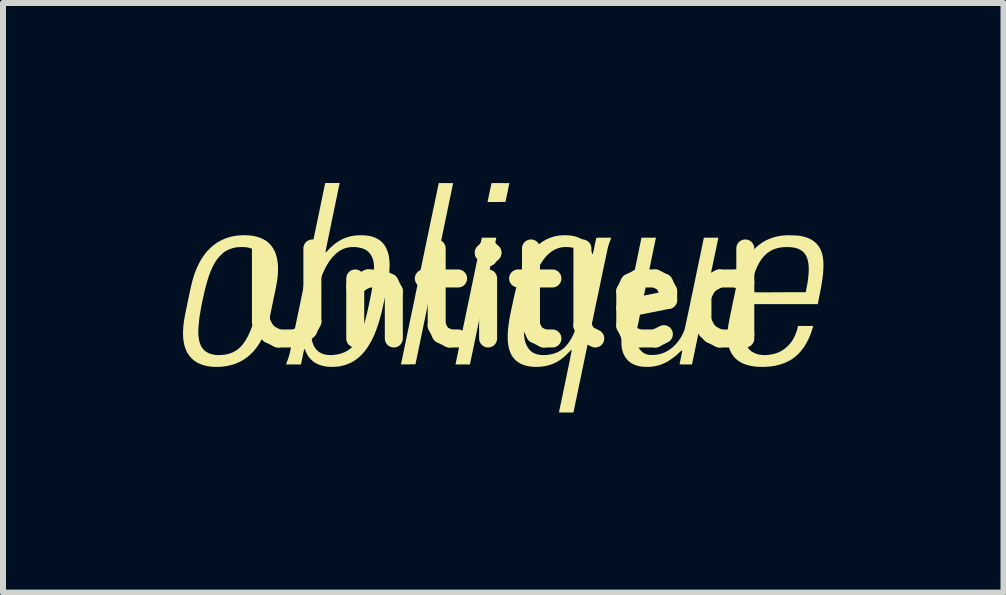
<source format=kicad_pcb>
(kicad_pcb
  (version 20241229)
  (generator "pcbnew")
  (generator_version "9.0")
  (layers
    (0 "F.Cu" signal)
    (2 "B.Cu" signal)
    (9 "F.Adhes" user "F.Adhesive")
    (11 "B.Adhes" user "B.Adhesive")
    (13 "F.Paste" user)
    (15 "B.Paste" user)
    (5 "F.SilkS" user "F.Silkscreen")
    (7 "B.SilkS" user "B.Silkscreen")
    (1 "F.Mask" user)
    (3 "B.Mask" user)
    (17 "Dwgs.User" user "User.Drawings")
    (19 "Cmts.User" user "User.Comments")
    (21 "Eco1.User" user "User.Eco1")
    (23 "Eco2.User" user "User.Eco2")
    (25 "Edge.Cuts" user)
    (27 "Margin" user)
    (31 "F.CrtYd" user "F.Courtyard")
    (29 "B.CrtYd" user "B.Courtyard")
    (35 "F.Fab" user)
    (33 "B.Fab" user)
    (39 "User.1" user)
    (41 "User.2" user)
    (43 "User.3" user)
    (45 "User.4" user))
  (footprint "Untitled"
    (layer "F.Cu")
    (at 5.334 1.912)
    (property "Reference" "Untitled" (at 0 0 0) (layer "F.SilkS") (effects (font (size 1.5 1.5) (thickness 0.3))))
    (attr board_only exclude_from_pos_files exclude_from_bom)
    (fp_poly (pts (xy -0.051 -1.911) (xy -0.043 -1.911) (xy 0.104 -1.91) (xy 0.072 -1.754) (xy 0.039 -1.597) (xy -0.11 -1.596) (xy -0.26 -1.595) (xy -0.249 -1.645) (xy -0.246 -1.662) (xy -0.241 -1.686) (xy -0.235 -1.713) (xy -0.229 -1.743) (xy -0.223 -1.774) (xy -0.217 -1.801) (xy -0.211 -1.828) (xy -0.206 -1.853) (xy -0.201 -1.875) (xy -0.198 -1.892) (xy -0.195 -1.904) (xy -0.193 -1.909) (xy -0.193 -1.909) (xy -0.189 -1.91) (xy -0.178 -1.911) (xy -0.161 -1.911) (xy -0.139 -1.911) (xy -0.113 -1.911) (xy -0.083 -1.912)) (stroke (width 0) (type solid)) (fill yes) (layer "F.SilkS"))
    (fp_poly (pts (xy -0.967 -1.911) (xy -0.952 -1.911) (xy -0.833 -1.91) (xy -1.147 -0.401) (xy -1.461 1.109) (xy -1.581 1.11) (xy -1.702 1.111) (xy -1.699 1.097) (xy -1.698 1.091) (xy -1.696 1.079) (xy -1.692 1.059) (xy -1.686 1.034) (xy -1.68 1.002) (xy -1.672 0.964) (xy -1.663 0.921) (xy -1.653 0.872) (xy -1.642 0.819) (xy -1.63 0.761) (xy -1.617 0.699) (xy -1.603 0.632) (xy -1.589 0.562) (xy -1.573 0.489) (xy -1.558 0.412) (xy -1.541 0.333) (xy -1.524 0.251) (xy -1.506 0.167) (xy -1.488 0.08) (xy -1.47 -0.007) (xy -1.452 -0.096) (xy -1.433 -0.187) (xy -1.414 -0.277) (xy -1.395 -0.369) (xy -1.376 -0.46) (xy -1.357 -0.551) (xy -1.338 -0.642) (xy -1.319 -0.732) (xy -1.301 -0.821) (xy -1.282 -0.908) (xy -1.265 -0.994) (xy -1.247 -1.078) (xy -1.23 -1.159) (xy -1.214 -1.238) (xy -1.198 -1.315) (xy -1.182 -1.387) (xy -1.168 -1.457) (xy -1.154 -1.523) (xy -1.141 -1.584) (xy -1.129 -1.642) (xy -1.118 -1.694) (xy -1.108 -1.742) (xy -1.099 -1.784) (xy -1.092 -1.821) (xy -1.085 -1.852) (xy -1.08 -1.876) (xy -1.076 -1.895) (xy -1.074 -1.906) (xy -1.073 -1.91) (xy -1.073 -1.91) (xy -1.069 -1.911) (xy -1.058 -1.911) (xy -1.041 -1.911) (xy -1.02 -1.912) (xy -0.995 -1.912)) (stroke (width 0) (type solid)) (fill yes) (layer "F.SilkS"))
    (fp_poly (pts (xy -0.115 -0.993) (xy -0.116 -0.989) (xy -0.118 -0.978) (xy -0.122 -0.96) (xy -0.127 -0.936) (xy -0.133 -0.905) (xy -0.141 -0.87) (xy -0.149 -0.829) (xy -0.159 -0.783) (xy -0.169 -0.733) (xy -0.181 -0.678) (xy -0.193 -0.62) (xy -0.206 -0.558) (xy -0.219 -0.493) (xy -0.233 -0.426) (xy -0.248 -0.356) (xy -0.263 -0.284) (xy -0.278 -0.211) (xy -0.294 -0.136) (xy -0.309 -0.06) (xy -0.325 0.016) (xy -0.341 0.092) (xy -0.357 0.168) (xy -0.373 0.244) (xy -0.388 0.319) (xy -0.403 0.392) (xy -0.418 0.464) (xy -0.433 0.534) (xy -0.447 0.601) (xy -0.46 0.666) (xy -0.473 0.728) (xy -0.485 0.786) (xy -0.497 0.841) (xy -0.507 0.891) (xy -0.517 0.937) (xy -0.525 0.978) (xy -0.533 1.014) (xy -0.539 1.044) (xy -0.544 1.068) (xy -0.548 1.086) (xy -0.55 1.097) (xy -0.551 1.101) (xy -0.553 1.111) (xy -0.673 1.111) (xy -0.702 1.111) (xy -0.729 1.111) (xy -0.752 1.111) (xy -0.771 1.111) (xy -0.785 1.11) (xy -0.792 1.11) (xy -0.794 1.11) (xy -0.793 1.106) (xy -0.791 1.095) (xy -0.787 1.078) (xy -0.782 1.054) (xy -0.776 1.023) (xy -0.768 0.987) (xy -0.759 0.945) (xy -0.75 0.898) (xy -0.739 0.845) (xy -0.727 0.788) (xy -0.714 0.727) (xy -0.7 0.661) (xy -0.686 0.591) (xy -0.671 0.518) (xy -0.655 0.442) (xy -0.638 0.362) (xy -0.621 0.28) (xy -0.604 0.195) (xy -0.586 0.109) (xy -0.574 0.055) (xy -0.556 -0.033) (xy -0.538 -0.118) (xy -0.521 -0.202) (xy -0.504 -0.283) (xy -0.488 -0.362) (xy -0.472 -0.437) (xy -0.457 -0.509) (xy -0.443 -0.577) (xy -0.43 -0.641) (xy -0.417 -0.701) (xy -0.406 -0.756) (xy -0.395 -0.807) (xy -0.386 -0.852) (xy -0.378 -0.892) (xy -0.371 -0.926) (xy -0.365 -0.954) (xy -0.36 -0.975) (xy -0.357 -0.99) (xy -0.356 -0.999) (xy -0.355 -1) (xy -0.352 -1) (xy -0.341 -1.001) (xy -0.325 -1.001) (xy -0.304 -1.001) (xy -0.279 -1.001) (xy -0.251 -1.001) (xy -0.234 -1.001) (xy -0.113 -1.001)) (stroke (width 0) (type solid)) (fill yes) (layer "F.SilkS"))
    (fp_poly (pts (xy -4.238 -1.04) (xy -4.169 -1.032) (xy -4.106 -1.018) (xy -4.047 -0.999) (xy -3.993 -0.974) (xy -3.945 -0.944) (xy -3.902 -0.909) (xy -3.864 -0.868) (xy -3.831 -0.821) (xy -3.804 -0.769) (xy -3.794 -0.746) (xy -3.777 -0.693) (xy -3.764 -0.635) (xy -3.755 -0.572) (xy -3.751 -0.504) (xy -3.752 -0.432) (xy -3.757 -0.356) (xy -3.767 -0.278) (xy -3.774 -0.236) (xy -3.777 -0.22) (xy -3.781 -0.198) (xy -3.787 -0.169) (xy -3.793 -0.136) (xy -3.801 -0.099) (xy -3.809 -0.06) (xy -3.818 -0.018) (xy -3.827 0.026) (xy -3.836 0.069) (xy -3.845 0.112) (xy -3.853 0.154) (xy -3.862 0.194) (xy -3.869 0.23) (xy -3.876 0.262) (xy -3.882 0.29) (xy -3.887 0.311) (xy -3.889 0.319) (xy -3.915 0.419) (xy -3.944 0.513) (xy -3.978 0.6) (xy -4.016 0.681) (xy -4.058 0.755) (xy -4.104 0.824) (xy -4.154 0.886) (xy -4.207 0.941) (xy -4.265 0.99) (xy -4.327 1.033) (xy -4.392 1.069) (xy -4.461 1.099) (xy -4.534 1.122) (xy -4.611 1.139) (xy -4.671 1.147) (xy -4.71 1.15) (xy -4.753 1.152) (xy -4.796 1.152) (xy -4.838 1.15) (xy -4.862 1.148) (xy -4.929 1.139) (xy -4.992 1.124) (xy -5.049 1.104) (xy -5.102 1.078) (xy -5.149 1.046) (xy -5.191 1.01) (xy -5.228 0.968) (xy -5.26 0.92) (xy -5.286 0.868) (xy -5.301 0.828) (xy -5.317 0.769) (xy -5.328 0.704) (xy -5.333 0.635) (xy -5.334 0.584) (xy -5.079 0.584) (xy -5.077 0.634) (xy -5.071 0.679) (xy -5.069 0.695) (xy -5.056 0.746) (xy -5.04 0.791) (xy -5.018 0.83) (xy -4.992 0.864) (xy -4.96 0.892) (xy -4.923 0.915) (xy -4.881 0.933) (xy -4.833 0.946) (xy -4.783 0.954) (xy -4.764 0.955) (xy -4.741 0.955) (xy -4.714 0.954) (xy -4.686 0.953) (xy -4.659 0.95) (xy -4.635 0.948) (xy -4.618 0.945) (xy -4.562 0.931) (xy -4.511 0.912) (xy -4.463 0.887) (xy -4.418 0.856) (xy -4.377 0.819) (xy -4.338 0.775) (xy -4.301 0.724) (xy -4.267 0.667) (xy -4.255 0.645) (xy -4.233 0.599) (xy -4.211 0.549) (xy -4.19 0.494) (xy -4.17 0.434) (xy -4.15 0.368) (xy -4.13 0.296) (xy -4.111 0.219) (xy -4.091 0.134) (xy -4.072 0.043) (xy -4.068 0.026) (xy -4.05 -0.066) (xy -4.036 -0.151) (xy -4.024 -0.229) (xy -4.015 -0.302) (xy -4.009 -0.368) (xy -4.006 -0.429) (xy -4.006 -0.485) (xy -4.009 -0.536) (xy -4.015 -0.582) (xy -4.025 -0.624) (xy -4.037 -0.662) (xy -4.052 -0.696) (xy -4.062 -0.714) (xy -4.087 -0.748) (xy -4.118 -0.778) (xy -4.155 -0.802) (xy -4.196 -0.822) (xy -4.243 -0.835) (xy -4.254 -0.838) (xy -4.278 -0.841) (xy -4.308 -0.844) (xy -4.341 -0.845) (xy -4.375 -0.845) (xy -4.408 -0.843) (xy -4.438 -0.841) (xy -4.461 -0.838) (xy -4.517 -0.824) (xy -4.568 -0.806) (xy -4.615 -0.782) (xy -4.639 -0.767) (xy -4.659 -0.753) (xy -4.681 -0.734) (xy -4.704 -0.711) (xy -4.727 -0.688) (xy -4.748 -0.664) (xy -4.766 -0.642) (xy -4.77 -0.637) (xy -4.796 -0.597) (xy -4.82 -0.555) (xy -4.844 -0.509) (xy -4.866 -0.459) (xy -4.888 -0.405) (xy -4.909 -0.346) (xy -4.929 -0.281) (xy -4.949 -0.211) (xy -4.969 -0.134) (xy -4.988 -0.051) (xy -5.008 0.039) (xy -5.017 0.083) (xy -5.034 0.173) (xy -5.049 0.256) (xy -5.061 0.333) (xy -5.069 0.404) (xy -5.075 0.47) (xy -5.079 0.529) (xy -5.079 0.584) (xy -5.334 0.584) (xy -5.334 0.56) (xy -5.329 0.481) (xy -5.32 0.397) (xy -5.306 0.317) (xy -5.303 0.299) (xy -5.298 0.274) (xy -5.292 0.244) (xy -5.285 0.209) (xy -5.277 0.171) (xy -5.268 0.13) (xy -5.26 0.087) (xy -5.251 0.044) (xy -5.242 0.001) (xy -5.233 -0.04) (xy -5.225 -0.08) (xy -5.217 -0.116) (xy -5.21 -0.149) (xy -5.204 -0.176) (xy -5.199 -0.197) (xy -5.198 -0.204) (xy -5.172 -0.304) (xy -5.143 -0.398) (xy -5.109 -0.485) (xy -5.071 -0.567) (xy -5.03 -0.642) (xy -4.984 -0.71) (xy -4.935 -0.773) (xy -4.881 -0.829) (xy -4.824 -0.878) (xy -4.763 -0.921) (xy -4.698 -0.958) (xy -4.63 -0.988) (xy -4.558 -1.012) (xy -4.482 -1.029) (xy -4.402 -1.039) (xy -4.319 -1.043) (xy -4.313 -1.043)) (stroke (width 0) (type solid)) (fill yes) (layer "F.SilkS"))
    (fp_poly (pts (xy 4.833 -1.04) (xy 4.879 -1.038) (xy 4.92 -1.035) (xy 4.958 -1.029) (xy 4.995 -1.022) (xy 5.03 -1.012) (xy 5.057 -1.004) (xy 5.101 -0.987) (xy 5.139 -0.967) (xy 5.174 -0.944) (xy 5.206 -0.917) (xy 5.211 -0.913) (xy 5.242 -0.879) (xy 5.269 -0.842) (xy 5.291 -0.801) (xy 5.309 -0.756) (xy 5.323 -0.706) (xy 5.332 -0.651) (xy 5.337 -0.591) (xy 5.338 -0.525) (xy 5.335 -0.454) (xy 5.33 -0.391) (xy 5.326 -0.354) (xy 5.321 -0.314) (xy 5.314 -0.271) (xy 5.307 -0.224) (xy 5.298 -0.173) (xy 5.287 -0.116) (xy 5.275 -0.053) (xy 5.273 -0.043) (xy 5.244 0.106) (xy 4.654 0.106) (xy 4.064 0.106) (xy 4.058 0.137) (xy 4.055 0.152) (xy 4.051 0.172) (xy 4.046 0.195) (xy 4.041 0.219) (xy 4.039 0.232) (xy 4.029 0.282) (xy 4.021 0.325) (xy 4.014 0.364) (xy 4.009 0.4) (xy 4.006 0.434) (xy 4.004 0.467) (xy 4.003 0.502) (xy 4.002 0.534) (xy 4.004 0.589) (xy 4.008 0.638) (xy 4.015 0.682) (xy 4.025 0.723) (xy 4.039 0.762) (xy 4.047 0.781) (xy 4.071 0.822) (xy 4.099 0.858) (xy 4.132 0.889) (xy 4.171 0.913) (xy 4.214 0.932) (xy 4.261 0.946) (xy 4.313 0.953) (xy 4.369 0.955) (xy 4.404 0.953) (xy 4.467 0.945) (xy 4.525 0.932) (xy 4.579 0.914) (xy 4.629 0.891) (xy 4.676 0.861) (xy 4.721 0.825) (xy 4.747 0.801) (xy 4.781 0.764) (xy 4.811 0.725) (xy 4.837 0.682) (xy 4.855 0.648) (xy 4.867 0.621) (xy 4.879 0.59) (xy 4.891 0.557) (xy 4.901 0.525) (xy 4.908 0.498) (xy 4.909 0.492) (xy 4.914 0.469) (xy 5.04 0.469) (xy 5.07 0.469) (xy 5.098 0.469) (xy 5.122 0.469) (xy 5.141 0.47) (xy 5.156 0.47) (xy 5.164 0.471) (xy 5.166 0.471) (xy 5.165 0.477) (xy 5.162 0.489) (xy 5.157 0.505) (xy 5.151 0.523) (xy 5.145 0.544) (xy 5.138 0.564) (xy 5.132 0.582) (xy 5.127 0.597) (xy 5.094 0.677) (xy 5.057 0.75) (xy 5.017 0.817) (xy 4.972 0.877) (xy 4.924 0.932) (xy 4.871 0.98) (xy 4.815 1.022) (xy 4.753 1.058) (xy 4.688 1.088) (xy 4.617 1.112) (xy 4.543 1.131) (xy 4.518 1.136) (xy 4.467 1.143) (xy 4.413 1.148) (xy 4.356 1.151) (xy 4.299 1.152) (xy 4.246 1.15) (xy 4.204 1.147) (xy 4.135 1.137) (xy 4.071 1.121) (xy 4.013 1.102) (xy 3.961 1.077) (xy 3.914 1.047) (xy 3.873 1.013) (xy 3.837 0.973) (xy 3.807 0.928) (xy 3.782 0.878) (xy 3.763 0.823) (xy 3.749 0.762) (xy 3.748 0.76) (xy 3.745 0.742) (xy 3.743 0.724) (xy 3.742 0.705) (xy 3.741 0.683) (xy 3.74 0.656) (xy 3.74 0.635) (xy 3.74 0.599) (xy 3.741 0.568) (xy 3.743 0.539) (xy 3.746 0.51) (xy 3.75 0.479) (xy 3.755 0.443) (xy 3.757 0.433) (xy 3.759 0.421) (xy 3.763 0.403) (xy 3.767 0.378) (xy 3.773 0.349) (xy 3.78 0.315) (xy 3.788 0.277) (xy 3.796 0.237) (xy 3.805 0.194) (xy 3.814 0.15) (xy 3.823 0.106) (xy 3.832 0.061) (xy 3.841 0.018) (xy 3.85 -0.024) (xy 3.859 -0.063) (xy 3.866 -0.097) (xy 4.108 -0.097) (xy 4.108 -0.096) (xy 4.11 -0.095) (xy 4.114 -0.094) (xy 4.119 -0.094) (xy 4.127 -0.093) (xy 4.138 -0.093) (xy 4.151 -0.092) (xy 4.169 -0.092) (xy 4.19 -0.092) (xy 4.216 -0.092) (xy 4.246 -0.091) (xy 4.282 -0.091) (xy 4.323 -0.091) (xy 4.37 -0.091) (xy 4.423 -0.091) (xy 4.483 -0.091) (xy 4.55 -0.092) (xy 4.576 -0.092) (xy 5.043 -0.093) (xy 5.055 -0.155) (xy 5.071 -0.239) (xy 5.082 -0.317) (xy 5.089 -0.388) (xy 5.093 -0.454) (xy 5.092 -0.514) (xy 5.088 -0.568) (xy 5.079 -0.616) (xy 5.067 -0.659) (xy 5.051 -0.697) (xy 5.032 -0.727) (xy 5.005 -0.76) (xy 4.972 -0.787) (xy 4.934 -0.809) (xy 4.907 -0.82) (xy 4.866 -0.832) (xy 4.82 -0.84) (xy 4.77 -0.844) (xy 4.719 -0.845) (xy 4.667 -0.843) (xy 4.616 -0.836) (xy 4.568 -0.826) (xy 4.539 -0.818) (xy 4.49 -0.799) (xy 4.445 -0.774) (xy 4.402 -0.745) (xy 4.363 -0.71) (xy 4.326 -0.669) (xy 4.291 -0.622) (xy 4.259 -0.569) (xy 4.23 -0.509) (xy 4.202 -0.443) (xy 4.177 -0.369) (xy 4.153 -0.289) (xy 4.15 -0.277) (xy 4.143 -0.251) (xy 4.136 -0.225) (xy 4.129 -0.198) (xy 4.123 -0.172) (xy 4.118 -0.148) (xy 4.113 -0.127) (xy 4.11 -0.11) (xy 4.108 -0.1) (xy 4.108 -0.097) (xy 3.866 -0.097) (xy 3.866 -0.1) (xy 3.873 -0.132) (xy 3.879 -0.16) (xy 3.884 -0.182) (xy 3.887 -0.197) (xy 3.914 -0.298) (xy 3.944 -0.394) (xy 3.977 -0.483) (xy 4.015 -0.565) (xy 4.056 -0.641) (xy 4.101 -0.71) (xy 4.15 -0.773) (xy 4.203 -0.829) (xy 4.259 -0.878) (xy 4.319 -0.921) (xy 4.383 -0.958) (xy 4.451 -0.987) (xy 4.522 -1.011) (xy 4.567 -1.022) (xy 4.597 -1.028) (xy 4.623 -1.032) (xy 4.648 -1.036) (xy 4.673 -1.038) (xy 4.7 -1.04) (xy 4.73 -1.041) (xy 4.766 -1.041) (xy 4.781 -1.041)) (stroke (width 0) (type solid)) (fill yes) (layer "F.SilkS"))
    (fp_poly (pts (xy 2.545 -0.993) (xy 2.544 -0.985) (xy 2.54 -0.97) (xy 2.536 -0.949) (xy 2.53 -0.921) (xy 2.523 -0.888) (xy 2.515 -0.85) (xy 2.506 -0.808) (xy 2.497 -0.761) (xy 2.486 -0.71) (xy 2.475 -0.656) (xy 2.463 -0.599) (xy 2.451 -0.539) (xy 2.438 -0.478) (xy 2.425 -0.414) (xy 2.411 -0.35) (xy 2.398 -0.285) (xy 2.384 -0.219) (xy 2.371 -0.154) (xy 2.357 -0.089) (xy 2.344 -0.025) (xy 2.331 0.038) (xy 2.319 0.099) (xy 2.307 0.157) (xy 2.295 0.213) (xy 2.285 0.265) (xy 2.274 0.314) (xy 2.265 0.359) (xy 2.257 0.4) (xy 2.25 0.436) (xy 2.243 0.466) (xy 2.238 0.491) (xy 2.235 0.509) (xy 2.232 0.521) (xy 2.232 0.525) (xy 2.225 0.581) (xy 2.222 0.636) (xy 2.224 0.688) (xy 2.23 0.737) (xy 2.24 0.782) (xy 2.255 0.822) (xy 2.259 0.831) (xy 2.274 0.856) (xy 2.294 0.881) (xy 2.318 0.903) (xy 2.342 0.921) (xy 2.349 0.925) (xy 2.373 0.936) (xy 2.397 0.944) (xy 2.423 0.95) (xy 2.452 0.953) (xy 2.487 0.953) (xy 2.489 0.953) (xy 2.549 0.95) (xy 2.606 0.94) (xy 2.661 0.923) (xy 2.714 0.9) (xy 2.766 0.869) (xy 2.817 0.831) (xy 2.822 0.827) (xy 2.861 0.791) (xy 2.899 0.749) (xy 2.934 0.703) (xy 2.966 0.655) (xy 2.993 0.605) (xy 3.014 0.556) (xy 3.023 0.53) (xy 3.025 0.523) (xy 3.029 0.508) (xy 3.033 0.487) (xy 3.039 0.46) (xy 3.047 0.427) (xy 3.055 0.388) (xy 3.064 0.344) (xy 3.075 0.295) (xy 3.086 0.242) (xy 3.098 0.185) (xy 3.111 0.125) (xy 3.124 0.061) (xy 3.138 -0.006) (xy 3.153 -0.075) (xy 3.168 -0.147) (xy 3.183 -0.22) (xy 3.186 -0.234) (xy 3.201 -0.307) (xy 3.216 -0.379) (xy 3.23 -0.448) (xy 3.244 -0.514) (xy 3.257 -0.578) (xy 3.27 -0.638) (xy 3.282 -0.695) (xy 3.293 -0.748) (xy 3.303 -0.796) (xy 3.312 -0.84) (xy 3.32 -0.878) (xy 3.327 -0.911) (xy 3.332 -0.938) (xy 3.337 -0.959) (xy 3.34 -0.974) (xy 3.341 -0.981) (xy 3.341 -0.982) (xy 3.346 -1.001) (xy 3.467 -1.001) (xy 3.587 -1.001) (xy 3.585 -0.993) (xy 3.584 -0.988) (xy 3.582 -0.977) (xy 3.578 -0.959) (xy 3.573 -0.934) (xy 3.567 -0.904) (xy 3.559 -0.868) (xy 3.551 -0.827) (xy 3.541 -0.781) (xy 3.53 -0.73) (xy 3.519 -0.676) (xy 3.507 -0.617) (xy 3.494 -0.556) (xy 3.48 -0.491) (xy 3.466 -0.423) (xy 3.452 -0.353) (xy 3.437 -0.281) (xy 3.422 -0.208) (xy 3.406 -0.133) (xy 3.39 -0.057) (xy 3.375 0.019) (xy 3.359 0.095) (xy 3.343 0.172) (xy 3.327 0.247) (xy 3.311 0.322) (xy 3.296 0.396) (xy 3.281 0.468) (xy 3.267 0.538) (xy 3.253 0.605) (xy 3.239 0.67) (xy 3.226 0.732) (xy 3.214 0.791) (xy 3.203 0.845) (xy 3.192 0.896) (xy 3.183 0.942) (xy 3.174 0.983) (xy 3.167 1.019) (xy 3.16 1.05) (xy 3.155 1.075) (xy 3.151 1.093) (xy 3.149 1.105) (xy 3.148 1.109) (xy 3.148 1.109) (xy 3.144 1.11) (xy 3.134 1.11) (xy 3.118 1.111) (xy 3.098 1.111) (xy 3.074 1.111) (xy 3.047 1.111) (xy 3.044 1.111) (xy 3.013 1.111) (xy 2.987 1.111) (xy 2.966 1.11) (xy 2.95 1.109) (xy 2.942 1.108) (xy 2.94 1.107) (xy 2.941 1.103) (xy 2.943 1.092) (xy 2.946 1.076) (xy 2.951 1.055) (xy 2.956 1.03) (xy 2.961 1.003) (xy 2.963 0.996) (xy 2.969 0.968) (xy 2.974 0.942) (xy 2.978 0.92) (xy 2.982 0.902) (xy 2.984 0.889) (xy 2.986 0.883) (xy 2.986 0.882) (xy 2.984 0.877) (xy 2.978 0.878) (xy 2.969 0.884) (xy 2.956 0.895) (xy 2.939 0.91) (xy 2.878 0.965) (xy 2.817 1.012) (xy 2.756 1.053) (xy 2.7 1.084) (xy 2.64 1.11) (xy 2.576 1.13) (xy 2.509 1.144) (xy 2.441 1.151) (xy 2.372 1.152) (xy 2.319 1.148) (xy 2.26 1.139) (xy 2.208 1.124) (xy 2.16 1.103) (xy 2.117 1.077) (xy 2.08 1.045) (xy 2.048 1.008) (xy 2.021 0.966) (xy 1.999 0.919) (xy 1.983 0.866) (xy 1.978 0.839) (xy 1.975 0.82) (xy 1.973 0.795) (xy 1.972 0.766) (xy 1.971 0.734) (xy 1.971 0.701) (xy 1.972 0.67) (xy 1.973 0.64) (xy 1.975 0.615) (xy 1.976 0.605) (xy 1.977 0.598) (xy 1.978 0.591) (xy 1.979 0.584) (xy 1.98 0.575) (xy 1.982 0.566) (xy 1.984 0.556) (xy 1.986 0.544) (xy 1.989 0.53) (xy 1.992 0.513) (xy 1.996 0.495) (xy 2 0.473) (xy 2.005 0.448) (xy 2.011 0.419) (xy 2.018 0.387) (xy 2.025 0.35) (xy 2.033 0.31) (xy 2.043 0.264) (xy 2.053 0.213) (xy 2.065 0.157) (xy 2.078 0.095) (xy 2.092 0.028) (xy 2.107 -0.046) (xy 2.124 -0.127) (xy 2.142 -0.215) (xy 2.153 -0.264) (xy 2.168 -0.337) (xy 2.183 -0.408) (xy 2.197 -0.477) (xy 2.211 -0.543) (xy 2.224 -0.607) (xy 2.236 -0.666) (xy 2.248 -0.722) (xy 2.259 -0.774) (xy 2.268 -0.822) (xy 2.277 -0.864) (xy 2.285 -0.902) (xy 2.292 -0.934) (xy 2.297 -0.96) (xy 2.301 -0.98) (xy 2.304 -0.993) (xy 2.305 -1) (xy 2.305 -1) (xy 2.309 -1) (xy 2.319 -1.001) (xy 2.335 -1.001) (xy 2.356 -1.001) (xy 2.381 -1.001) (xy 2.409 -1.001) (xy 2.426 -1.001) (xy 2.547 -1.001)) (stroke (width 0) (type solid)) (fill yes) (layer "F.SilkS"))
    (fp_poly (pts (xy -2.726 -1.9) (xy -2.727 -1.895) (xy -2.73 -1.883) (xy -2.734 -1.864) (xy -2.739 -1.839) (xy -2.745 -1.809) (xy -2.753 -1.773) (xy -2.761 -1.732) (xy -2.77 -1.687) (xy -2.781 -1.638) (xy -2.792 -1.585) (xy -2.803 -1.528) (xy -2.816 -1.469) (xy -2.828 -1.408) (xy -2.842 -1.344) (xy -2.845 -1.327) (xy -2.859 -1.263) (xy -2.871 -1.201) (xy -2.884 -1.141) (xy -2.895 -1.085) (xy -2.906 -1.031) (xy -2.917 -0.981) (xy -2.926 -0.935) (xy -2.934 -0.894) (xy -2.942 -0.857) (xy -2.948 -0.826) (xy -2.953 -0.8) (xy -2.957 -0.781) (xy -2.959 -0.768) (xy -2.96 -0.761) (xy -2.96 -0.761) (xy -2.957 -0.757) (xy -2.952 -0.758) (xy -2.944 -0.764) (xy -2.933 -0.776) (xy -2.931 -0.779) (xy -2.894 -0.819) (xy -2.852 -0.859) (xy -2.806 -0.897) (xy -2.759 -0.931) (xy -2.711 -0.96) (xy -2.685 -0.973) (xy -2.632 -0.997) (xy -2.578 -1.015) (xy -2.523 -1.029) (xy -2.464 -1.037) (xy -2.401 -1.042) (xy -2.392 -1.042) (xy -2.323 -1.041) (xy -2.258 -1.035) (xy -2.199 -1.024) (xy -2.145 -1.007) (xy -2.097 -0.984) (xy -2.053 -0.956) (xy -2.015 -0.923) (xy -1.982 -0.884) (xy -1.954 -0.839) (xy -1.931 -0.789) (xy -1.913 -0.734) (xy -1.905 -0.697) (xy -1.897 -0.64) (xy -1.892 -0.578) (xy -1.892 -0.509) (xy -1.897 -0.434) (xy -1.905 -0.354) (xy -1.911 -0.312) (xy -1.915 -0.283) (xy -1.921 -0.248) (xy -1.929 -0.208) (xy -1.937 -0.163) (xy -1.947 -0.115) (xy -1.957 -0.064) (xy -1.968 -0.012) (xy -1.979 0.04) (xy -1.991 0.092) (xy -2.002 0.142) (xy -2.013 0.19) (xy -2.023 0.234) (xy -2.033 0.274) (xy -2.042 0.308) (xy -2.043 0.312) (xy -2.073 0.415) (xy -2.105 0.511) (xy -2.139 0.6) (xy -2.176 0.682) (xy -2.216 0.757) (xy -2.258 0.825) (xy -2.303 0.886) (xy -2.35 0.941) (xy -2.401 0.99) (xy -2.454 1.032) (xy -2.51 1.068) (xy -2.57 1.097) (xy -2.632 1.12) (xy -2.698 1.137) (xy -2.721 1.142) (xy -2.745 1.145) (xy -2.773 1.148) (xy -2.805 1.15) (xy -2.838 1.151) (xy -2.87 1.151) (xy -2.899 1.151) (xy -2.923 1.149) (xy -2.929 1.149) (xy -2.989 1.139) (xy -3.044 1.124) (xy -3.094 1.104) (xy -3.139 1.079) (xy -3.18 1.049) (xy -3.214 1.016) (xy -3.241 0.983) (xy -3.265 0.945) (xy -3.286 0.904) (xy -3.299 0.868) (xy -3.304 0.858) (xy -3.309 0.855) (xy -3.31 0.855) (xy -3.312 0.857) (xy -3.314 0.862) (xy -3.317 0.871) (xy -3.321 0.885) (xy -3.325 0.904) (xy -3.331 0.929) (xy -3.337 0.96) (xy -3.342 0.984) (xy -3.369 1.111) (xy -3.493 1.111) (xy -3.522 1.111) (xy -3.55 1.111) (xy -3.573 1.111) (xy -3.593 1.11) (xy -3.607 1.11) (xy -3.615 1.11) (xy -3.617 1.109) (xy -3.615 1.105) (xy -3.612 1.096) (xy -3.607 1.082) (xy -3.601 1.065) (xy -3.599 1.061) (xy -3.587 1.026) (xy -3.576 0.996) (xy -3.568 0.968) (xy -3.56 0.941) (xy -3.555 0.92) (xy -3.554 0.914) (xy -3.551 0.9) (xy -3.546 0.88) (xy -3.541 0.853) (xy -3.534 0.819) (xy -3.525 0.78) (xy -3.516 0.735) (xy -3.505 0.684) (xy -3.494 0.628) (xy -3.481 0.567) (xy -3.467 0.501) (xy -3.466 0.495) (xy -3.203 0.495) (xy -3.203 0.543) (xy -3.201 0.59) (xy -3.198 0.634) (xy -3.193 0.675) (xy -3.187 0.704) (xy -3.174 0.754) (xy -3.155 0.799) (xy -3.131 0.839) (xy -3.103 0.873) (xy -3.071 0.901) (xy -3.034 0.923) (xy -3.006 0.935) (xy -2.961 0.947) (xy -2.912 0.954) (xy -2.86 0.955) (xy -2.816 0.952) (xy -2.754 0.943) (xy -2.697 0.928) (xy -2.644 0.908) (xy -2.595 0.882) (xy -2.55 0.85) (xy -2.508 0.812) (xy -2.47 0.768) (xy -2.434 0.716) (xy -2.401 0.658) (xy -2.371 0.596) (xy -2.353 0.549) (xy -2.334 0.494) (xy -2.315 0.433) (xy -2.295 0.364) (xy -2.276 0.288) (xy -2.256 0.204) (xy -2.243 0.145) (xy -2.227 0.069) (xy -2.212 -0.002) (xy -2.2 -0.065) (xy -2.189 -0.124) (xy -2.179 -0.177) (xy -2.171 -0.225) (xy -2.165 -0.27) (xy -2.159 -0.311) (xy -2.155 -0.349) (xy -2.153 -0.385) (xy -2.151 -0.419) (xy -2.15 -0.451) (xy -2.15 -0.462) (xy -2.151 -0.507) (xy -2.153 -0.547) (xy -2.157 -0.581) (xy -2.162 -0.612) (xy -2.17 -0.641) (xy -2.18 -0.668) (xy -2.191 -0.691) (xy -2.212 -0.727) (xy -2.238 -0.758) (xy -2.27 -0.785) (xy -2.3 -0.804) (xy -2.339 -0.821) (xy -2.383 -0.833) (xy -2.43 -0.842) (xy -2.48 -0.846) (xy -2.525 -0.845) (xy -2.579 -0.839) (xy -2.631 -0.826) (xy -2.681 -0.806) (xy -2.729 -0.779) (xy -2.775 -0.745) (xy -2.81 -0.712) (xy -2.855 -0.664) (xy -2.897 -0.608) (xy -2.936 -0.545) (xy -2.973 -0.475) (xy -3.008 -0.398) (xy -3.041 -0.314) (xy -3.071 -0.222) (xy -3.099 -0.124) (xy -3.121 -0.034) (xy -3.135 0.029) (xy -3.148 0.093) (xy -3.161 0.157) (xy -3.172 0.219) (xy -3.181 0.279) (xy -3.19 0.334) (xy -3.196 0.384) (xy -3.198 0.402) (xy -3.201 0.447) (xy -3.203 0.495) (xy -3.466 0.495) (xy -3.452 0.43) (xy -3.437 0.356) (xy -3.42 0.277) (xy -3.403 0.195) (xy -3.385 0.109) (xy -3.367 0.02) (xy -3.348 -0.072) (xy -3.328 -0.166) (xy -3.308 -0.263) (xy -3.287 -0.362) (xy -3.266 -0.463) (xy -3.255 -0.515) (xy -2.965 -1.912) (xy -2.844 -1.912) (xy -2.724 -1.912)) (stroke (width 0) (type solid)) (fill yes) (layer "F.SilkS"))
    (fp_poly (pts (xy 1.06 -1.042) (xy 1.124 -1.037) (xy 1.183 -1.027) (xy 1.236 -1.011) (xy 1.285 -0.991) (xy 1.329 -0.965) (xy 1.367 -0.933) (xy 1.402 -0.896) (xy 1.424 -0.866) (xy 1.438 -0.843) (xy 1.451 -0.817) (xy 1.463 -0.791) (xy 1.473 -0.766) (xy 1.478 -0.75) (xy 1.482 -0.738) (xy 1.488 -0.731) (xy 1.493 -0.729) (xy 1.495 -0.73) (xy 1.496 -0.734) (xy 1.498 -0.745) (xy 1.502 -0.761) (xy 1.507 -0.782) (xy 1.512 -0.807) (xy 1.518 -0.835) (xy 1.523 -0.86) (xy 1.529 -0.89) (xy 1.535 -0.919) (xy 1.541 -0.944) (xy 1.545 -0.965) (xy 1.549 -0.981) (xy 1.551 -0.991) (xy 1.552 -0.995) (xy 1.553 -0.997) (xy 1.555 -0.998) (xy 1.559 -0.999) (xy 1.567 -1) (xy 1.577 -1.001) (xy 1.593 -1.001) (xy 1.613 -1.001) (xy 1.639 -1.001) (xy 1.672 -1.001) (xy 1.678 -1.001) (xy 1.802 -1.001) (xy 1.779 -0.94) (xy 1.77 -0.916) (xy 1.762 -0.89) (xy 1.754 -0.866) (xy 1.748 -0.845) (xy 1.746 -0.837) (xy 1.744 -0.83) (xy 1.741 -0.816) (xy 1.737 -0.796) (xy 1.731 -0.768) (xy 1.724 -0.735) (xy 1.715 -0.695) (xy 1.706 -0.649) (xy 1.695 -0.599) (xy 1.683 -0.542) (xy 1.67 -0.481) (xy 1.656 -0.415) (xy 1.642 -0.345) (xy 1.626 -0.27) (xy 1.61 -0.192) (xy 1.593 -0.11) (xy 1.575 -0.025) (xy 1.556 0.064) (xy 1.537 0.155) (xy 1.518 0.248) (xy 1.498 0.344) (xy 1.477 0.442) (xy 1.457 0.542) (xy 1.455 0.55) (xy 1.434 0.649) (xy 1.414 0.747) (xy 1.394 0.842) (xy 1.375 0.935) (xy 1.356 1.026) (xy 1.338 1.113) (xy 1.32 1.198) (xy 1.304 1.278) (xy 1.288 1.356) (xy 1.272 1.429) (xy 1.258 1.498) (xy 1.245 1.562) (xy 1.232 1.622) (xy 1.221 1.677) (xy 1.21 1.727) (xy 1.201 1.77) (xy 1.193 1.809) (xy 1.187 1.841) (xy 1.181 1.867) (xy 1.177 1.886) (xy 1.175 1.898) (xy 1.173 1.904) (xy 1.173 1.904) (xy 1.171 1.912) (xy 1.05 1.912) (xy 1.015 1.912) (xy 0.988 1.912) (xy 0.966 1.912) (xy 0.95 1.911) (xy 0.94 1.91) (xy 0.933 1.909) (xy 0.931 1.908) (xy 0.931 1.908) (xy 0.932 1.903) (xy 0.934 1.892) (xy 0.938 1.874) (xy 0.943 1.851) (xy 0.949 1.821) (xy 0.956 1.786) (xy 0.965 1.747) (xy 0.974 1.702) (xy 0.984 1.654) (xy 0.995 1.603) (xy 1.006 1.548) (xy 1.018 1.49) (xy 1.031 1.43) (xy 1.039 1.388) (xy 1.056 1.31) (xy 1.07 1.238) (xy 1.084 1.174) (xy 1.095 1.117) (xy 1.106 1.066) (xy 1.115 1.021) (xy 1.122 0.983) (xy 1.129 0.951) (xy 1.134 0.924) (xy 1.138 0.903) (xy 1.14 0.887) (xy 1.142 0.876) (xy 1.143 0.87) (xy 1.142 0.869) (xy 1.139 0.869) (xy 1.133 0.873) (xy 1.122 0.882) (xy 1.108 0.895) (xy 1.089 0.914) (xy 1.08 0.923) (xy 1.044 0.959) (xy 1.01 0.99) (xy 0.977 1.016) (xy 0.945 1.039) (xy 0.913 1.06) (xy 0.877 1.079) (xy 0.871 1.082) (xy 0.818 1.105) (xy 0.761 1.124) (xy 0.703 1.138) (xy 0.642 1.147) (xy 0.582 1.152) (xy 0.522 1.152) (xy 0.463 1.147) (xy 0.407 1.138) (xy 0.354 1.124) (xy 0.305 1.105) (xy 0.277 1.091) (xy 0.236 1.064) (xy 0.2 1.033) (xy 0.168 0.997) (xy 0.141 0.957) (xy 0.119 0.911) (xy 0.102 0.861) (xy 0.089 0.805) (xy 0.08 0.744) (xy 0.076 0.677) (xy 0.077 0.605) (xy 0.082 0.529) (xy 0.346 0.529) (xy 0.347 0.588) (xy 0.351 0.641) (xy 0.358 0.688) (xy 0.367 0.73) (xy 0.38 0.769) (xy 0.397 0.804) (xy 0.416 0.837) (xy 0.422 0.845) (xy 0.449 0.877) (xy 0.481 0.904) (xy 0.519 0.925) (xy 0.561 0.94) (xy 0.607 0.951) (xy 0.658 0.955) (xy 0.713 0.954) (xy 0.733 0.952) (xy 0.796 0.943) (xy 0.853 0.928) (xy 0.906 0.908) (xy 0.955 0.881) (xy 1.001 0.849) (xy 1.043 0.81) (xy 1.081 0.764) (xy 1.117 0.712) (xy 1.144 0.665) (xy 1.162 0.63) (xy 1.179 0.593) (xy 1.195 0.552) (xy 1.211 0.508) (xy 1.227 0.46) (xy 1.242 0.407) (xy 1.258 0.349) (xy 1.274 0.285) (xy 1.29 0.215) (xy 1.306 0.144) (xy 1.322 0.067) (xy 1.337 -0.003) (xy 1.349 -0.068) (xy 1.36 -0.126) (xy 1.37 -0.18) (xy 1.378 -0.229) (xy 1.385 -0.273) (xy 1.39 -0.315) (xy 1.394 -0.353) (xy 1.396 -0.389) (xy 1.398 -0.423) (xy 1.399 -0.455) (xy 1.399 -0.462) (xy 1.398 -0.507) (xy 1.396 -0.547) (xy 1.392 -0.582) (xy 1.386 -0.613) (xy 1.378 -0.642) (xy 1.368 -0.669) (xy 1.358 -0.691) (xy 1.349 -0.71) (xy 1.339 -0.725) (xy 1.328 -0.739) (xy 1.313 -0.754) (xy 1.31 -0.758) (xy 1.28 -0.784) (xy 1.247 -0.805) (xy 1.209 -0.821) (xy 1.167 -0.833) (xy 1.119 -0.842) (xy 1.108 -0.843) (xy 1.049 -0.846) (xy 0.993 -0.843) (xy 0.94 -0.833) (xy 0.889 -0.816) (xy 0.84 -0.792) (xy 0.794 -0.761) (xy 0.749 -0.723) (xy 0.706 -0.678) (xy 0.665 -0.626) (xy 0.626 -0.566) (xy 0.593 -0.51) (xy 0.567 -0.46) (xy 0.543 -0.407) (xy 0.521 -0.35) (xy 0.499 -0.29) (xy 0.478 -0.225) (xy 0.458 -0.156) (xy 0.439 -0.08) (xy 0.42 0.001) (xy 0.401 0.09) (xy 0.394 0.128) (xy 0.382 0.192) (xy 0.372 0.249) (xy 0.363 0.301) (xy 0.357 0.349) (xy 0.352 0.394) (xy 0.349 0.437) (xy 0.347 0.48) (xy 0.346 0.524) (xy 0.346 0.529) (xy 0.082 0.529) (xy 0.082 0.528) (xy 0.092 0.444) (xy 0.105 0.355) (xy 0.11 0.329) (xy 0.115 0.301) (xy 0.122 0.266) (xy 0.13 0.227) (xy 0.139 0.184) (xy 0.149 0.138) (xy 0.159 0.091) (xy 0.169 0.044) (xy 0.179 -0.002) (xy 0.189 -0.046) (xy 0.198 -0.087) (xy 0.207 -0.122) (xy 0.214 -0.152) (xy 0.216 -0.161) (xy 0.241 -0.254) (xy 0.269 -0.343) (xy 0.299 -0.427) (xy 0.331 -0.507) (xy 0.365 -0.58) (xy 0.4 -0.648) (xy 0.437 -0.709) (xy 0.468 -0.753) (xy 0.513 -0.809) (xy 0.559 -0.858) (xy 0.608 -0.9) (xy 0.66 -0.938) (xy 0.716 -0.97) (xy 0.737 -0.98) (xy 0.795 -1.004) (xy 0.855 -1.023) (xy 0.916 -1.035) (xy 0.981 -1.041) (xy 1.05 -1.042)) (stroke (width 0) (type solid)) (fill yes) (layer "F.SilkS")))
  (gr_rect
    (start -3 -3)
    (end 13.672 6.825)
    (stroke (width 0.1) (type default))
    (fill no)
    (layer "Edge.Cuts")))
</source>
